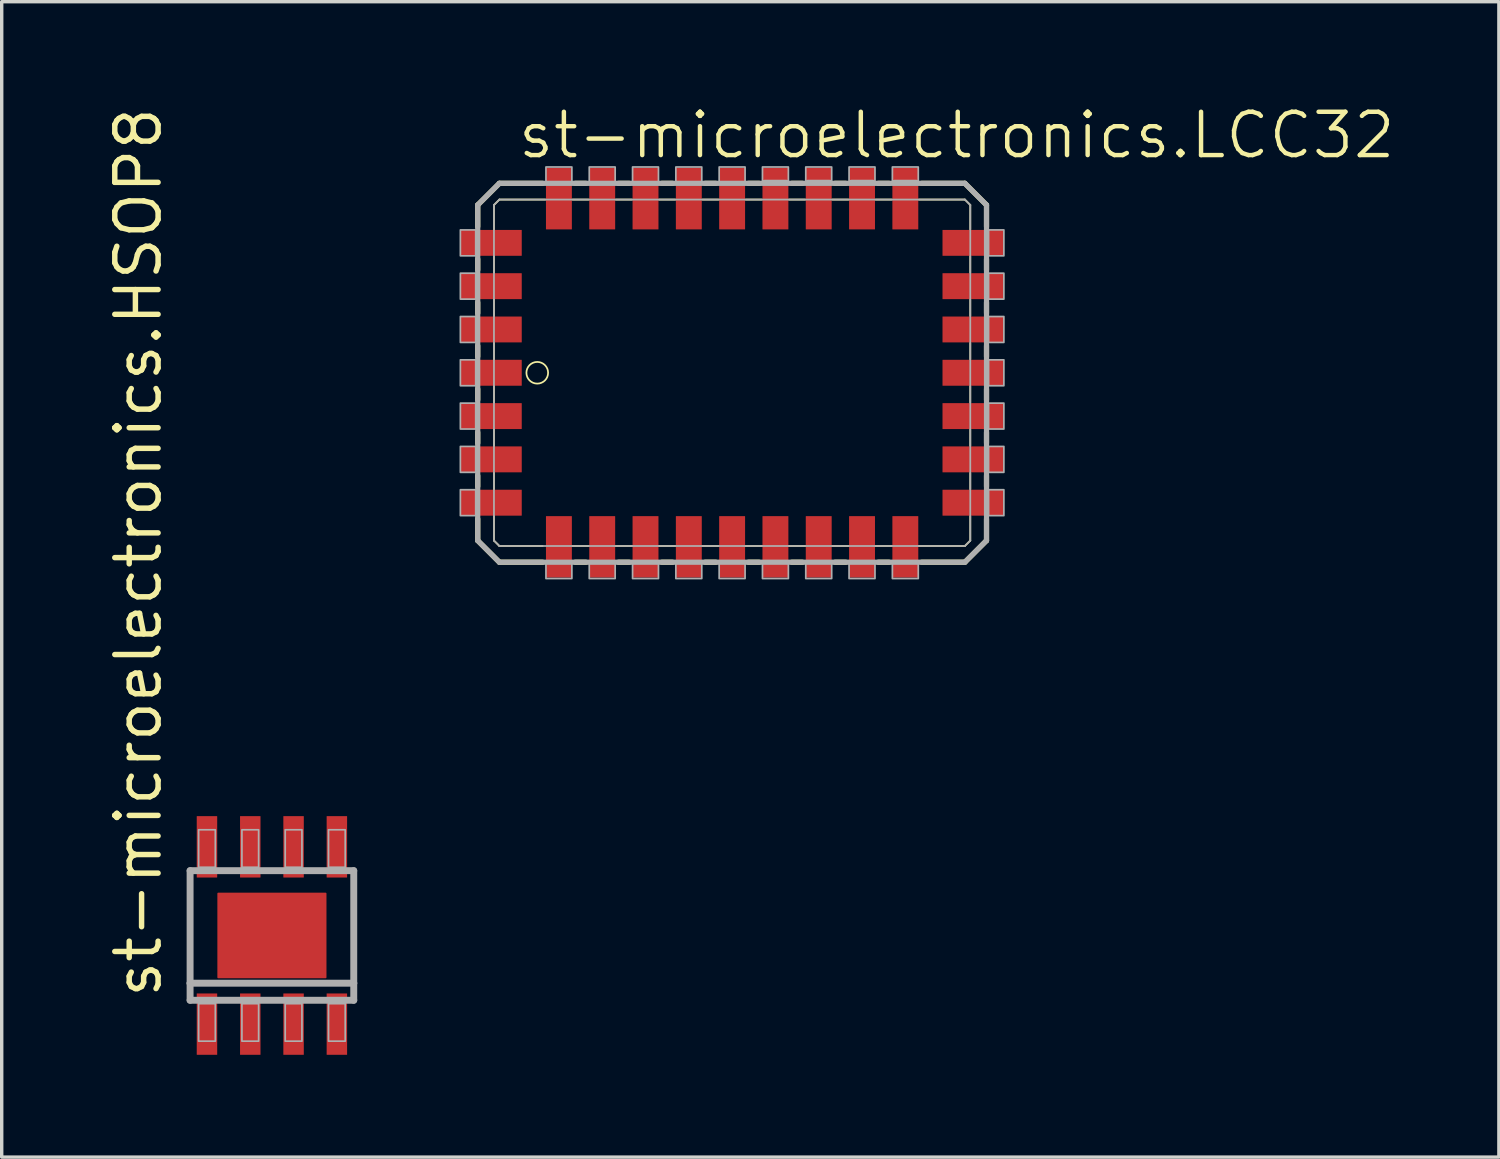
<source format=kicad_pcb>
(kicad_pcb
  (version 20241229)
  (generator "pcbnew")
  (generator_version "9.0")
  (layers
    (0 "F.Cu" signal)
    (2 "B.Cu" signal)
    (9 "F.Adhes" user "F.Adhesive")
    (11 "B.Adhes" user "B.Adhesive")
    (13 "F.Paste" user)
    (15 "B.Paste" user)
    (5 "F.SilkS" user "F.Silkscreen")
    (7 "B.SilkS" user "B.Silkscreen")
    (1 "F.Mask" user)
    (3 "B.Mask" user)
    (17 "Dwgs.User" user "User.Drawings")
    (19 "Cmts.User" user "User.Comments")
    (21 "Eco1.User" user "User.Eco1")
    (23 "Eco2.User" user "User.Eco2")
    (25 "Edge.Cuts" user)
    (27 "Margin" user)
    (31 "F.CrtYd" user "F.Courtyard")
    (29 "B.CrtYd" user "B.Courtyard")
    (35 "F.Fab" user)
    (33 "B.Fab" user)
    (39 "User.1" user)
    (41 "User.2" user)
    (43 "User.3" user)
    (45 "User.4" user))
  (footprint "st-microelectronics.HSOP8"
    (layer "F.Cu")
    (at 4.925 24.386)
    (property "Reference" "st-microelectronics.HSOP8" (at -3.175 1.905 90) (layer "F.SilkS") (effects (font (size 1.27 1.27) (thickness 0.16)) (justify left bottom)))
    (attr smd)
    (fp_line (start -2.4 -1.9) (end 2.4 -1.9) (stroke (width 0.203) (type default)) (layer "F.Fab"))
    (fp_line (start -2.4 1.4) (end -2.4 -1.9) (stroke (width 0.203) (type default)) (layer "F.Fab"))
    (fp_line (start -2.4 1.9) (end -2.4 1.4) (stroke (width 0.203) (type default)) (layer "F.Fab"))
    (fp_line (start 2.4 -1.9) (end 2.4 1.4) (stroke (width 0.203) (type default)) (layer "F.Fab"))
    (fp_line (start 2.4 1.4) (end -2.4 1.4) (stroke (width 0.203) (type default)) (layer "F.Fab"))
    (fp_line (start 2.4 1.4) (end 2.4 1.9) (stroke (width 0.203) (type default)) (layer "F.Fab"))
    (fp_line (start 2.4 1.9) (end -2.4 1.9) (stroke (width 0.203) (type default)) (layer "F.Fab"))
    (fp_rect (start -2.15 -2) (end -1.66 -3.1) (stroke (width 0.05) (type default)) (fill no) (layer "F.Fab"))
    (fp_rect (start -2.15 3.1) (end -1.66 2) (stroke (width 0.05) (type default)) (fill no) (layer "F.Fab"))
    (fp_rect (start -0.88 -2) (end -0.39 -3.1) (stroke (width 0.05) (type default)) (fill no) (layer "F.Fab"))
    (fp_rect (start -0.88 3.1) (end -0.39 2) (stroke (width 0.05) (type default)) (fill no) (layer "F.Fab"))
    (fp_rect (start 0.39 -2) (end 0.88 -3.1) (stroke (width 0.05) (type default)) (fill no) (layer "F.Fab"))
    (fp_rect (start 0.39 3.1) (end 0.88 2) (stroke (width 0.05) (type default)) (fill no) (layer "F.Fab"))
    (fp_rect (start 1.66 -2) (end 2.15 -3.1) (stroke (width 0.05) (type default)) (fill no) (layer "F.Fab"))
    (fp_rect (start 1.66 3.1) (end 2.15 2) (stroke (width 0.05) (type default)) (fill no) (layer "F.Fab"))
    (pad "1" smd roundrect (at -1.905 2.6) (size 0.6 1.8) (layers "F.Cu" "F.Mask" "F.Paste") (roundrect_rratio 0.01))
    (pad "2" smd roundrect (at -0.635 2.6) (size 0.6 1.8) (layers "F.Cu" "F.Mask" "F.Paste") (roundrect_rratio 0.01))
    (pad "3" smd roundrect (at 0.635 2.6) (size 0.6 1.8) (layers "F.Cu" "F.Mask" "F.Paste") (roundrect_rratio 0.01))
    (pad "4" smd roundrect (at 1.905 2.6) (size 0.6 1.8) (layers "F.Cu" "F.Mask" "F.Paste") (roundrect_rratio 0.01))
    (pad "5" smd roundrect (at 1.905 -2.6) (size 0.6 1.8) (layers "F.Cu" "F.Mask" "F.Paste") (roundrect_rratio 0.01))
    (pad "6" smd roundrect (at 0.635 -2.6) (size 0.6 1.8) (layers "F.Cu" "F.Mask" "F.Paste") (roundrect_rratio 0.01))
    (pad "7" smd roundrect (at -0.635 -2.6) (size 0.6 1.8) (layers "F.Cu" "F.Mask" "F.Paste") (roundrect_rratio 0.01))
    (pad "8" smd roundrect (at -1.905 -2.6) (size 0.6 1.8) (layers "F.Cu" "F.Mask" "F.Paste") (roundrect_rratio 0.01))
    (pad "EXP" smd roundrect (at 0 0) (size 3.2 2.51) (layers "F.Cu" "F.Mask" "F.Paste") (roundrect_rratio 0.01)))
  (footprint "st-microelectronics.LCC32"
    (layer "F.Cu")
    (at 18.422 8.518)
    (property "Reference" "st-microelectronics.LCC32" (at -6.35 -6.858 0) (layer "F.SilkS") (effects (font (size 1.27 1.27) (thickness 0.13)) (justify left bottom)))
    (attr smd)
    (fp_line (start -7.461 -5.556) (end -7.461 -4.921) (stroke (width 0.152) (type default)) (layer "F.SilkS"))
    (fp_line (start -7.461 -3.969) (end -7.461 -3.651) (stroke (width 0.152) (type default)) (layer "F.SilkS"))
    (fp_line (start -7.461 -2.699) (end -7.461 -2.381) (stroke (width 0.152) (type default)) (layer "F.SilkS"))
    (fp_line (start -7.461 -1.429) (end -7.461 -1.111) (stroke (width 0.152) (type default)) (layer "F.SilkS"))
    (fp_line (start -7.461 -0.159) (end -7.461 0.159) (stroke (width 0.152) (type default)) (layer "F.SilkS"))
    (fp_line (start -7.461 1.111) (end -7.461 1.429) (stroke (width 0.152) (type default)) (layer "F.SilkS"))
    (fp_line (start -7.461 2.381) (end -7.461 2.699) (stroke (width 0.152) (type default)) (layer "F.SilkS"))
    (fp_line (start -7.461 3.651) (end -7.461 4.286) (stroke (width 0.152) (type default)) (layer "F.SilkS"))
    (fp_line (start -7.461 4.286) (end -6.826 4.921) (stroke (width 0.152) (type default)) (layer "F.SilkS"))
    (fp_line (start -6.985 -5.556) (end -6.826 -5.715) (stroke (width 0.051) (type default)) (layer "F.SilkS"))
    (fp_line (start -6.985 -4.842) (end -6.985 -5.556) (stroke (width 0.051) (type default)) (layer "F.SilkS"))
    (fp_line (start -6.985 -3.572) (end -6.985 -4.048) (stroke (width 0.051) (type default)) (layer "F.SilkS"))
    (fp_line (start -6.985 -2.302) (end -6.985 -2.778) (stroke (width 0.051) (type default)) (layer "F.SilkS"))
    (fp_line (start -6.985 -1.032) (end -6.985 -1.508) (stroke (width 0.051) (type default)) (layer "F.SilkS"))
    (fp_line (start -6.985 0.238) (end -6.985 -0.238) (stroke (width 0.051) (type default)) (layer "F.SilkS"))
    (fp_line (start -6.985 1.508) (end -6.985 1.032) (stroke (width 0.051) (type default)) (layer "F.SilkS"))
    (fp_line (start -6.985 2.778) (end -6.985 2.302) (stroke (width 0.051) (type default)) (layer "F.SilkS"))
    (fp_line (start -6.985 4.286) (end -6.985 3.572) (stroke (width 0.051) (type default)) (layer "F.SilkS"))
    (fp_line (start -6.826 -6.191) (end -7.461 -5.556) (stroke (width 0.152) (type default)) (layer "F.SilkS"))
    (fp_line (start -6.826 -5.715) (end -5.477 -5.715) (stroke (width 0.051) (type default)) (layer "F.SilkS"))
    (fp_line (start -6.826 4.445) (end -6.985 4.286) (stroke (width 0.051) (type default)) (layer "F.SilkS"))
    (fp_line (start -6.826 4.921) (end -5.556 4.921) (stroke (width 0.152) (type default)) (layer "F.SilkS"))
    (fp_line (start -5.556 -6.191) (end -6.826 -6.191) (stroke (width 0.152) (type default)) (layer "F.SilkS"))
    (fp_line (start -5.556 4.445) (end -6.826 4.445) (stroke (width 0.051) (type default)) (layer "F.SilkS"))
    (fp_line (start -4.683 -5.715) (end -4.207 -5.715) (stroke (width 0.051) (type default)) (layer "F.SilkS"))
    (fp_line (start -4.604 4.921) (end -4.286 4.921) (stroke (width 0.152) (type default)) (layer "F.SilkS"))
    (fp_line (start -4.286 -6.191) (end -4.604 -6.191) (stroke (width 0.152) (type default)) (layer "F.SilkS"))
    (fp_line (start -4.207 4.445) (end -4.683 4.445) (stroke (width 0.051) (type default)) (layer "F.SilkS"))
    (fp_line (start -3.413 -5.715) (end -2.937 -5.715) (stroke (width 0.051) (type default)) (layer "F.SilkS"))
    (fp_line (start -3.334 4.921) (end -3.016 4.921) (stroke (width 0.152) (type default)) (layer "F.SilkS"))
    (fp_line (start -3.016 -6.191) (end -3.334 -6.191) (stroke (width 0.152) (type default)) (layer "F.SilkS"))
    (fp_line (start -2.937 4.445) (end -3.413 4.445) (stroke (width 0.051) (type default)) (layer "F.SilkS"))
    (fp_line (start -2.143 -5.715) (end -1.667 -5.715) (stroke (width 0.051) (type default)) (layer "F.SilkS"))
    (fp_line (start -2.064 4.921) (end -1.746 4.921) (stroke (width 0.152) (type default)) (layer "F.SilkS"))
    (fp_line (start -1.746 -6.191) (end -2.064 -6.191) (stroke (width 0.152) (type default)) (layer "F.SilkS"))
    (fp_line (start -1.667 4.445) (end -2.143 4.445) (stroke (width 0.051) (type default)) (layer "F.SilkS"))
    (fp_line (start -0.873 -5.715) (end -0.397 -5.715) (stroke (width 0.051) (type default)) (layer "F.SilkS"))
    (fp_line (start -0.794 4.921) (end -0.476 4.921) (stroke (width 0.152) (type default)) (layer "F.SilkS"))
    (fp_line (start -0.476 -6.191) (end -0.794 -6.191) (stroke (width 0.152) (type default)) (layer "F.SilkS"))
    (fp_line (start -0.397 4.445) (end -0.873 4.445) (stroke (width 0.051) (type default)) (layer "F.SilkS"))
    (fp_line (start 0.397 -5.715) (end 0.873 -5.715) (stroke (width 0.051) (type default)) (layer "F.SilkS"))
    (fp_line (start 0.476 4.921) (end 0.794 4.921) (stroke (width 0.152) (type default)) (layer "F.SilkS"))
    (fp_line (start 0.794 -6.191) (end 0.476 -6.191) (stroke (width 0.152) (type default)) (layer "F.SilkS"))
    (fp_line (start 0.873 4.445) (end 0.397 4.445) (stroke (width 0.051) (type default)) (layer "F.SilkS"))
    (fp_line (start 1.667 -5.715) (end 2.143 -5.715) (stroke (width 0.051) (type default)) (layer "F.SilkS"))
    (fp_line (start 1.746 4.921) (end 2.064 4.921) (stroke (width 0.152) (type default)) (layer "F.SilkS"))
    (fp_line (start 2.064 -6.191) (end 1.746 -6.191) (stroke (width 0.152) (type default)) (layer "F.SilkS"))
    (fp_line (start 2.143 4.445) (end 1.667 4.445) (stroke (width 0.051) (type default)) (layer "F.SilkS"))
    (fp_line (start 2.937 -5.715) (end 3.413 -5.715) (stroke (width 0.051) (type default)) (layer "F.SilkS"))
    (fp_line (start 3.016 4.921) (end 3.334 4.921) (stroke (width 0.152) (type default)) (layer "F.SilkS"))
    (fp_line (start 3.334 -6.191) (end 3.016 -6.191) (stroke (width 0.152) (type default)) (layer "F.SilkS"))
    (fp_line (start 3.413 4.445) (end 2.937 4.445) (stroke (width 0.051) (type default)) (layer "F.SilkS"))
    (fp_line (start 4.207 -5.715) (end 4.683 -5.715) (stroke (width 0.051) (type default)) (layer "F.SilkS"))
    (fp_line (start 4.286 4.921) (end 4.604 4.921) (stroke (width 0.152) (type default)) (layer "F.SilkS"))
    (fp_line (start 4.604 -6.191) (end 4.286 -6.191) (stroke (width 0.152) (type default)) (layer "F.SilkS"))
    (fp_line (start 4.683 4.445) (end 4.207 4.445) (stroke (width 0.051) (type default)) (layer "F.SilkS"))
    (fp_line (start 5.477 -5.715) (end 6.826 -5.715) (stroke (width 0.051) (type default)) (layer "F.SilkS"))
    (fp_line (start 5.556 4.921) (end 6.826 4.921) (stroke (width 0.152) (type default)) (layer "F.SilkS"))
    (fp_line (start 6.826 -6.191) (end 5.556 -6.191) (stroke (width 0.152) (type default)) (layer "F.SilkS"))
    (fp_line (start 6.826 -5.715) (end 6.985 -5.556) (stroke (width 0.051) (type default)) (layer "F.SilkS"))
    (fp_line (start 6.826 4.445) (end 5.477 4.445) (stroke (width 0.051) (type default)) (layer "F.SilkS"))
    (fp_line (start 6.826 4.921) (end 7.461 4.286) (stroke (width 0.152) (type default)) (layer "F.SilkS"))
    (fp_line (start 6.985 -5.556) (end 6.985 -4.842) (stroke (width 0.051) (type default)) (layer "F.SilkS"))
    (fp_line (start 6.985 -4.048) (end 6.985 -3.572) (stroke (width 0.051) (type default)) (layer "F.SilkS"))
    (fp_line (start 6.985 -2.778) (end 6.985 -2.302) (stroke (width 0.051) (type default)) (layer "F.SilkS"))
    (fp_line (start 6.985 -1.508) (end 6.985 -1.032) (stroke (width 0.051) (type default)) (layer "F.SilkS"))
    (fp_line (start 6.985 -0.238) (end 6.985 0.238) (stroke (width 0.051) (type default)) (layer "F.SilkS"))
    (fp_line (start 6.985 1.032) (end 6.985 1.508) (stroke (width 0.051) (type default)) (layer "F.SilkS"))
    (fp_line (start 6.985 2.302) (end 6.985 2.778) (stroke (width 0.051) (type default)) (layer "F.SilkS"))
    (fp_line (start 6.985 3.572) (end 6.985 4.286) (stroke (width 0.051) (type default)) (layer "F.SilkS"))
    (fp_line (start 6.985 4.286) (end 6.826 4.445) (stroke (width 0.051) (type default)) (layer "F.SilkS"))
    (fp_line (start 7.461 -5.556) (end 6.826 -6.191) (stroke (width 0.152) (type default)) (layer "F.SilkS"))
    (fp_line (start 7.461 -4.921) (end 7.461 -5.556) (stroke (width 0.152) (type default)) (layer "F.SilkS"))
    (fp_line (start 7.461 -3.651) (end 7.461 -3.969) (stroke (width 0.152) (type default)) (layer "F.SilkS"))
    (fp_line (start 7.461 -2.381) (end 7.461 -2.699) (stroke (width 0.152) (type default)) (layer "F.SilkS"))
    (fp_line (start 7.461 -1.111) (end 7.461 -1.429) (stroke (width 0.152) (type default)) (layer "F.SilkS"))
    (fp_line (start 7.461 0.159) (end 7.461 -0.159) (stroke (width 0.152) (type default)) (layer "F.SilkS"))
    (fp_line (start 7.461 1.429) (end 7.461 1.111) (stroke (width 0.152) (type default)) (layer "F.SilkS"))
    (fp_line (start 7.461 2.699) (end 7.461 2.381) (stroke (width 0.152) (type default)) (layer "F.SilkS"))
    (fp_line (start 7.461 4.286) (end 7.461 3.651) (stroke (width 0.152) (type default)) (layer "F.SilkS"))
    (fp_circle (center -5.715 -0.635) (end -5.397 -0.635) (stroke (width 0.051) (type default)) (fill no) (layer "F.SilkS"))
    (fp_line (start -7.461 -5.556) (end -7.461 4.286) (stroke (width 0.152) (type default)) (layer "F.Fab"))
    (fp_line (start -7.461 4.286) (end -6.826 4.921) (stroke (width 0.152) (type default)) (layer "F.Fab"))
    (fp_line (start -6.985 -5.556) (end -6.826 -5.715) (stroke (width 0.051) (type default)) (layer "F.Fab"))
    (fp_line (start -6.985 4.286) (end -6.985 -5.556) (stroke (width 0.051) (type default)) (layer "F.Fab"))
    (fp_line (start -6.826 -6.191) (end -7.461 -5.556) (stroke (width 0.152) (type default)) (layer "F.Fab"))
    (fp_line (start -6.826 -5.715) (end 6.826 -5.715) (stroke (width 0.051) (type default)) (layer "F.Fab"))
    (fp_line (start -6.826 4.445) (end -6.985 4.286) (stroke (width 0.051) (type default)) (layer "F.Fab"))
    (fp_line (start -6.826 4.921) (end 6.826 4.921) (stroke (width 0.152) (type default)) (layer "F.Fab"))
    (fp_line (start 0.95 -6.22) (end 1.59 -6.22) (stroke (width 0.152) (type default)) (layer "F.Fab"))
    (fp_line (start 2.22 -6.22) (end 2.86 -6.22) (stroke (width 0.152) (type default)) (layer "F.Fab"))
    (fp_line (start 3.49 -6.22) (end 4.13 -6.22) (stroke (width 0.152) (type default)) (layer "F.Fab"))
    (fp_line (start 4.76 -6.22) (end 5.4 -6.22) (stroke (width 0.152) (type default)) (layer "F.Fab"))
    (fp_line (start 6.826 -6.191) (end -6.826 -6.191) (stroke (width 0.152) (type default)) (layer "F.Fab"))
    (fp_line (start 6.826 -5.715) (end 6.985 -5.556) (stroke (width 0.051) (type default)) (layer "F.Fab"))
    (fp_line (start 6.826 4.445) (end -6.826 4.445) (stroke (width 0.051) (type default)) (layer "F.Fab"))
    (fp_line (start 6.826 4.921) (end 7.461 4.286) (stroke (width 0.152) (type default)) (layer "F.Fab"))
    (fp_line (start 6.985 -5.556) (end 6.985 4.286) (stroke (width 0.051) (type default)) (layer "F.Fab"))
    (fp_line (start 6.985 4.286) (end 6.826 4.445) (stroke (width 0.051) (type default)) (layer "F.Fab"))
    (fp_line (start 7.461 -5.556) (end 6.826 -6.191) (stroke (width 0.152) (type default)) (layer "F.Fab"))
    (fp_line (start 7.461 4.286) (end 7.461 -5.556) (stroke (width 0.152) (type default)) (layer "F.Fab"))
    (fp_rect (start -7.97 -4.065) (end -7.52 -4.825) (stroke (width 0.05) (type default)) (fill no) (layer "F.Fab"))
    (fp_rect (start -7.97 -2.795) (end -7.52 -3.555) (stroke (width 0.05) (type default)) (fill no) (layer "F.Fab"))
    (fp_rect (start -7.97 -1.525) (end -7.52 -2.285) (stroke (width 0.05) (type default)) (fill no) (layer "F.Fab"))
    (fp_rect (start -7.97 -0.255) (end -7.52 -1.015) (stroke (width 0.05) (type default)) (fill no) (layer "F.Fab"))
    (fp_rect (start -7.97 1.015) (end -7.52 0.255) (stroke (width 0.05) (type default)) (fill no) (layer "F.Fab"))
    (fp_rect (start -7.97 2.285) (end -7.52 1.525) (stroke (width 0.05) (type default)) (fill no) (layer "F.Fab"))
    (fp_rect (start -7.97 3.555) (end -7.52 2.795) (stroke (width 0.05) (type default)) (fill no) (layer "F.Fab"))
    (fp_rect (start -5.46 -6.22) (end -4.7 -6.67) (stroke (width 0.05) (type default)) (fill no) (layer "F.Fab"))
    (fp_rect (start -5.46 5.4) (end -4.7 4.95) (stroke (width 0.05) (type default)) (fill no) (layer "F.Fab"))
    (fp_rect (start -4.19 -6.22) (end -3.43 -6.67) (stroke (width 0.05) (type default)) (fill no) (layer "F.Fab"))
    (fp_rect (start -4.19 5.4) (end -3.43 4.95) (stroke (width 0.05) (type default)) (fill no) (layer "F.Fab"))
    (fp_rect (start -2.92 -6.22) (end -2.16 -6.67) (stroke (width 0.05) (type default)) (fill no) (layer "F.Fab"))
    (fp_rect (start -2.92 5.4) (end -2.16 4.95) (stroke (width 0.05) (type default)) (fill no) (layer "F.Fab"))
    (fp_rect (start -1.65 -6.22) (end -0.89 -6.67) (stroke (width 0.05) (type default)) (fill no) (layer "F.Fab"))
    (fp_rect (start -1.65 5.4) (end -0.89 4.95) (stroke (width 0.05) (type default)) (fill no) (layer "F.Fab"))
    (fp_rect (start -0.38 -6.22) (end 0.38 -6.67) (stroke (width 0.05) (type default)) (fill no) (layer "F.Fab"))
    (fp_rect (start -0.38 5.4) (end 0.38 4.95) (stroke (width 0.05) (type default)) (fill no) (layer "F.Fab"))
    (fp_rect (start 0.89 -6.22) (end 1.65 -6.67) (stroke (width 0.05) (type default)) (fill no) (layer "F.Fab"))
    (fp_rect (start 0.89 5.4) (end 1.65 4.95) (stroke (width 0.05) (type default)) (fill no) (layer "F.Fab"))
    (fp_rect (start 2.16 -6.22) (end 2.92 -6.67) (stroke (width 0.05) (type default)) (fill no) (layer "F.Fab"))
    (fp_rect (start 2.16 5.4) (end 2.92 4.95) (stroke (width 0.05) (type default)) (fill no) (layer "F.Fab"))
    (fp_rect (start 3.43 -6.22) (end 4.19 -6.67) (stroke (width 0.05) (type default)) (fill no) (layer "F.Fab"))
    (fp_rect (start 3.43 5.4) (end 4.19 4.95) (stroke (width 0.05) (type default)) (fill no) (layer "F.Fab"))
    (fp_rect (start 4.7 -6.22) (end 5.46 -6.67) (stroke (width 0.05) (type default)) (fill no) (layer "F.Fab"))
    (fp_rect (start 4.7 5.4) (end 5.46 4.95) (stroke (width 0.05) (type default)) (fill no) (layer "F.Fab"))
    (fp_rect (start 7.52 -4.065) (end 7.97 -4.825) (stroke (width 0.05) (type default)) (fill no) (layer "F.Fab"))
    (fp_rect (start 7.52 -2.795) (end 7.97 -3.555) (stroke (width 0.05) (type default)) (fill no) (layer "F.Fab"))
    (fp_rect (start 7.52 -1.525) (end 7.97 -2.285) (stroke (width 0.05) (type default)) (fill no) (layer "F.Fab"))
    (fp_rect (start 7.52 -0.255) (end 7.97 -1.015) (stroke (width 0.05) (type default)) (fill no) (layer "F.Fab"))
    (fp_rect (start 7.52 1.015) (end 7.97 0.255) (stroke (width 0.05) (type default)) (fill no) (layer "F.Fab"))
    (fp_rect (start 7.52 2.285) (end 7.97 1.525) (stroke (width 0.05) (type default)) (fill no) (layer "F.Fab"))
    (fp_rect (start 7.52 3.555) (end 7.97 2.795) (stroke (width 0.05) (type default)) (fill no) (layer "F.Fab"))
    (pad "1" smd roundrect (at -7.07 -0.635) (size 1.8 0.76) (layers "F.Cu" "F.Mask" "F.Paste") (roundrect_rratio 0.01))
    (pad "2" smd roundrect (at -7.07 0.635) (size 1.8 0.76) (layers "F.Cu" "F.Mask" "F.Paste") (roundrect_rratio 0.01))
    (pad "3" smd roundrect (at -7.07 1.905) (size 1.8 0.76) (layers "F.Cu" "F.Mask" "F.Paste") (roundrect_rratio 0.01))
    (pad "4" smd roundrect (at -7.07 3.175) (size 1.8 0.76) (layers "F.Cu" "F.Mask" "F.Paste") (roundrect_rratio 0.01))
    (pad "5" smd roundrect (at -5.08 4.47) (size 0.76 1.8) (layers "F.Cu" "F.Mask" "F.Paste") (roundrect_rratio 0.01))
    (pad "6" smd roundrect (at -3.81 4.47) (size 0.76 1.8) (layers "F.Cu" "F.Mask" "F.Paste") (roundrect_rratio 0.01))
    (pad "7" smd roundrect (at -2.54 4.47) (size 0.76 1.8) (layers "F.Cu" "F.Mask" "F.Paste") (roundrect_rratio 0.01))
    (pad "8" smd roundrect (at -1.27 4.47) (size 0.76 1.8) (layers "F.Cu" "F.Mask" "F.Paste") (roundrect_rratio 0.01))
    (pad "9" smd roundrect (at 0 4.47) (size 0.76 1.8) (layers "F.Cu" "F.Mask" "F.Paste") (roundrect_rratio 0.01))
    (pad "10" smd roundrect (at 1.27 4.47) (size 0.76 1.8) (layers "F.Cu" "F.Mask" "F.Paste") (roundrect_rratio 0.01))
    (pad "11" smd roundrect (at 2.54 4.47) (size 0.76 1.8) (layers "F.Cu" "F.Mask" "F.Paste") (roundrect_rratio 0.01))
    (pad "12" smd roundrect (at 3.81 4.47) (size 0.76 1.8) (layers "F.Cu" "F.Mask" "F.Paste") (roundrect_rratio 0.01))
    (pad "13" smd roundrect (at 5.08 4.47) (size 0.76 1.8) (layers "F.Cu" "F.Mask" "F.Paste") (roundrect_rratio 0.01))
    (pad "14" smd roundrect (at 7.07 3.175) (size 1.8 0.76) (layers "F.Cu" "F.Mask" "F.Paste") (roundrect_rratio 0.01))
    (pad "15" smd roundrect (at 7.07 1.905) (size 1.8 0.76) (layers "F.Cu" "F.Mask" "F.Paste") (roundrect_rratio 0.01))
    (pad "16" smd roundrect (at 7.07 0.635) (size 1.8 0.76) (layers "F.Cu" "F.Mask" "F.Paste") (roundrect_rratio 0.01))
    (pad "17" smd roundrect (at 7.07 -0.635) (size 1.8 0.76) (layers "F.Cu" "F.Mask" "F.Paste") (roundrect_rratio 0.01))
    (pad "18" smd roundrect (at 7.07 -1.905) (size 1.8 0.76) (layers "F.Cu" "F.Mask" "F.Paste") (roundrect_rratio 0.01))
    (pad "19" smd roundrect (at 7.07 -3.175) (size 1.8 0.76) (layers "F.Cu" "F.Mask" "F.Paste") (roundrect_rratio 0.01))
    (pad "20" smd roundrect (at 7.07 -4.445) (size 1.8 0.76) (layers "F.Cu" "F.Mask" "F.Paste") (roundrect_rratio 0.01))
    (pad "21" smd roundrect (at 5.08 -5.74) (size 0.76 1.8) (layers "F.Cu" "F.Mask" "F.Paste") (roundrect_rratio 0.01))
    (pad "22" smd roundrect (at 3.81 -5.74) (size 0.76 1.8) (layers "F.Cu" "F.Mask" "F.Paste") (roundrect_rratio 0.01))
    (pad "23" smd roundrect (at 2.54 -5.74) (size 0.76 1.8) (layers "F.Cu" "F.Mask" "F.Paste") (roundrect_rratio 0.01))
    (pad "24" smd roundrect (at 1.27 -5.74) (size 0.76 1.8) (layers "F.Cu" "F.Mask" "F.Paste") (roundrect_rratio 0.01))
    (pad "25" smd roundrect (at 0 -5.74) (size 0.76 1.8) (layers "F.Cu" "F.Mask" "F.Paste") (roundrect_rratio 0.01))
    (pad "26" smd roundrect (at -1.27 -5.74) (size 0.76 1.8) (layers "F.Cu" "F.Mask" "F.Paste") (roundrect_rratio 0.01))
    (pad "27" smd roundrect (at -2.54 -5.74) (size 0.76 1.8) (layers "F.Cu" "F.Mask" "F.Paste") (roundrect_rratio 0.01))
    (pad "28" smd roundrect (at -3.81 -5.74) (size 0.76 1.8) (layers "F.Cu" "F.Mask" "F.Paste") (roundrect_rratio 0.01))
    (pad "29" smd roundrect (at -5.08 -5.74) (size 0.76 1.8) (layers "F.Cu" "F.Mask" "F.Paste") (roundrect_rratio 0.01))
    (pad "30" smd roundrect (at -7.07 -4.445) (size 1.8 0.76) (layers "F.Cu" "F.Mask" "F.Paste") (roundrect_rratio 0.01))
    (pad "31" smd roundrect (at -7.07 -3.175) (size 1.8 0.76) (layers "F.Cu" "F.Mask" "F.Paste") (roundrect_rratio 0.01))
    (pad "32" smd roundrect (at -7.07 -1.905) (size 1.8 0.76) (layers "F.Cu" "F.Mask" "F.Paste") (roundrect_rratio 0.01)))
  (gr_rect
    (start -3 -3)
    (end 40.91 30.886)
    (stroke (width 0.1) (type default))
    (fill no)
    (layer "Edge.Cuts")))
</source>
